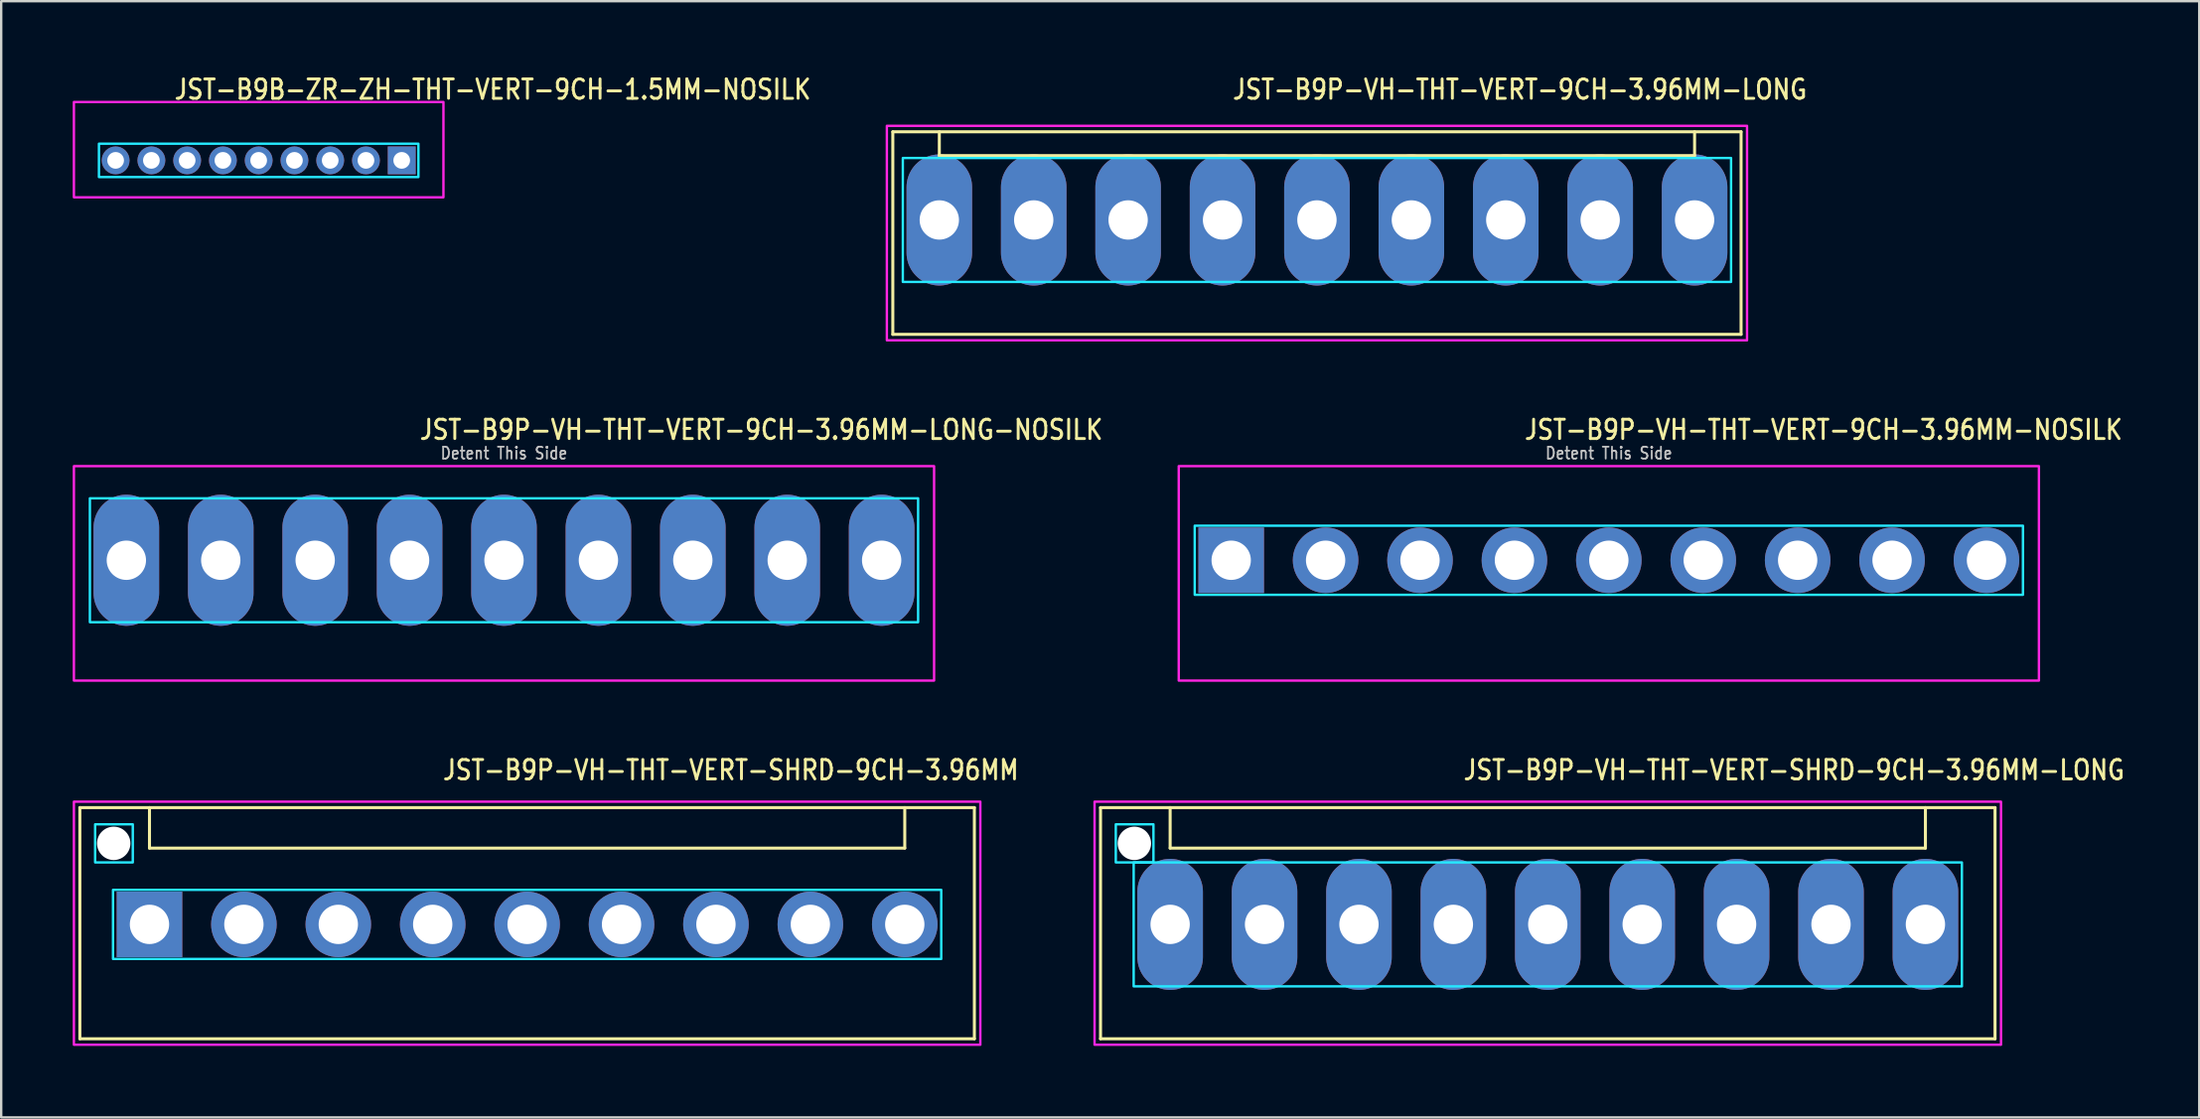
<source format=kicad_pcb>
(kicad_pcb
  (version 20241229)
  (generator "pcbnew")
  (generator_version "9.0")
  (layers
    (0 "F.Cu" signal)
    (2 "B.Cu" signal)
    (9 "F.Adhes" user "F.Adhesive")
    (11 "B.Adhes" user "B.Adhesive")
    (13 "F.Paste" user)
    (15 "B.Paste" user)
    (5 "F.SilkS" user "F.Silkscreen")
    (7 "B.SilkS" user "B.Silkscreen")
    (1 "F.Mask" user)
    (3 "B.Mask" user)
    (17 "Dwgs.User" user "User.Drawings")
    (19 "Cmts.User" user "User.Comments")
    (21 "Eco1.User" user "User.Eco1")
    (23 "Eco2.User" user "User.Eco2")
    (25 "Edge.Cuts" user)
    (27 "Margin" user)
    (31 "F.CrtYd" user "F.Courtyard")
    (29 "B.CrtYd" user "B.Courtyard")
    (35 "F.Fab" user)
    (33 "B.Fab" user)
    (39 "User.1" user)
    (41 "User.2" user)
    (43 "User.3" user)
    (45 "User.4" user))
  (footprint "JST-B9P-VH-THT-VERT-SHRD-9CH-3.96MM"
    (layer "F.Cu")
    (at 19.06 35.736)
    (property "Reference" "JST-B9P-VH-THT-VERT-SHRD-9CH-3.96MM" (at -3.6 -6 0) (unlocked yes) (layer "F.SilkS") (effects (font (size 0.813 0.695) (thickness 0.122)) (justify left bottom)))
    (fp_line (start -18.76 -4.9) (end 18.76 -4.9) (stroke (width 0.127) (type solid)) (layer "F.SilkS"))
    (fp_line (start -18.76 4.8) (end -18.76 -4.9) (stroke (width 0.127) (type solid)) (layer "F.SilkS"))
    (fp_line (start -18.76 4.8) (end 18.76 4.8) (stroke (width 0.127) (type solid)) (layer "F.SilkS"))
    (fp_line (start -15.84 -4.9) (end -15.84 -3.2) (stroke (width 0.127) (type solid)) (layer "F.SilkS"))
    (fp_line (start -15.84 -3.2) (end 15.84 -3.2) (stroke (width 0.127) (type solid)) (layer "F.SilkS"))
    (fp_line (start 15.84 -4.9) (end 15.84 -3.2) (stroke (width 0.127) (type solid)) (layer "F.SilkS"))
    (fp_line (start 18.76 -4.9) (end 18.76 4.8) (stroke (width 0.127) (type solid)) (layer "F.SilkS"))
    (fp_poly (pts (xy -17.37 -1.45) (xy -17.37 1.45) (xy 17.37 1.45) (xy 17.37 -1.45)) (stroke (width 0.1) (type solid)) (fill no) (layer "B.CrtYd"))
    (fp_poly (pts (xy -16.54 -4.2) (xy -16.54 -2.6) (xy -18.12 -2.6) (xy -18.12 -4.2)) (stroke (width 0.1) (type solid)) (fill no) (layer "B.CrtYd"))
    (fp_poly (pts (xy -19.01 -5.15) (xy -19.01 5.05) (xy 19.01 5.05) (xy 19.01 -5.15)) (stroke (width 0.1) (type solid)) (fill no) (layer "F.CrtYd"))
    (pad "" np_thru_hole circle (at -17.34 -3.4) (size 1.4 1.4) (drill 1.4) (layers "*.Cu" "*.Mask"))
    (pad "P$1" thru_hole rect (at -15.84 0) (size 2.75 2.75) (drill 1.65) (layers "*.Cu" "*.Mask"))
    (pad "P$2" thru_hole oval (at -11.88 0) (size 2.75 2.75) (drill 1.65) (layers "*.Cu" "*.Mask"))
    (pad "P$3" thru_hole oval (at -7.92 0) (size 2.75 2.75) (drill 1.65) (layers "*.Cu" "*.Mask"))
    (pad "P$4" thru_hole oval (at -3.96 0) (size 2.75 2.75) (drill 1.65) (layers "*.Cu" "*.Mask"))
    (pad "P$5" thru_hole oval (at 0 0) (size 2.75 2.75) (drill 1.65) (layers "*.Cu" "*.Mask"))
    (pad "P$6" thru_hole oval (at 3.96 0) (size 2.75 2.75) (drill 1.65) (layers "*.Cu" "*.Mask"))
    (pad "P$7" thru_hole oval (at 7.92 0) (size 2.75 2.75) (drill 1.65) (layers "*.Cu" "*.Mask"))
    (pad "P$8" thru_hole oval (at 11.88 0) (size 2.75 2.75) (drill 1.65) (layers "*.Cu" "*.Mask"))
    (pad "P$9" thru_hole oval (at 15.84 0) (size 2.75 2.75) (drill 1.65) (layers "*.Cu" "*.Mask")))
  (footprint "JST-B9P-VH-THT-VERT-9CH-3.96MM-NOSILK"
    (layer "F.Cu")
    (at 64.432 20.457)
    (property "Reference" "JST-B9P-VH-THT-VERT-9CH-3.96MM-NOSILK" (at -3.6 -5 0) (unlocked yes) (layer "F.SilkS") (effects (font (size 0.813 0.695) (thickness 0.122)) (justify left bottom)))
    (fp_poly (pts (xy -17.37 -1.45) (xy -17.37 1.45) (xy 17.37 1.45) (xy 17.37 -1.45)) (stroke (width 0.1) (type solid)) (fill no) (layer "B.CrtYd"))
    (fp_poly (pts (xy -18.04 -3.95) (xy -18.04 5.05) (xy 18.04 5.05) (xy 18.04 -3.95)) (stroke (width 0.1) (type solid)) (fill no) (layer "F.CrtYd"))
    (fp_text user "Detent This Side" (at 0 -4.2 0) (unlocked yes) (layer "Dwgs.User") (effects (font (size 0.5 0.427) (thickness 0.075)) (justify bottom)))
    (pad "P$1" thru_hole rect (at -15.84 0) (size 2.75 2.75) (drill 1.65) (layers "*.Cu" "*.Mask"))
    (pad "P$2" thru_hole oval (at -11.88 0) (size 2.75 2.75) (drill 1.65) (layers "*.Cu" "*.Mask"))
    (pad "P$3" thru_hole oval (at -7.92 0) (size 2.75 2.75) (drill 1.65) (layers "*.Cu" "*.Mask"))
    (pad "P$4" thru_hole oval (at -3.96 0) (size 2.75 2.75) (drill 1.65) (layers "*.Cu" "*.Mask"))
    (pad "P$5" thru_hole oval (at 0 0) (size 2.75 2.75) (drill 1.65) (layers "*.Cu" "*.Mask"))
    (pad "P$6" thru_hole oval (at 3.96 0) (size 2.75 2.75) (drill 1.65) (layers "*.Cu" "*.Mask"))
    (pad "P$7" thru_hole oval (at 7.92 0) (size 2.75 2.75) (drill 1.65) (layers "*.Cu" "*.Mask"))
    (pad "P$8" thru_hole oval (at 11.88 0) (size 2.75 2.75) (drill 1.65) (layers "*.Cu" "*.Mask"))
    (pad "P$9" thru_hole oval (at 15.84 0) (size 2.75 2.75) (drill 1.65) (layers "*.Cu" "*.Mask")))
  (footprint "JST-B9B-ZR-ZH-THT-VERT-9CH-1.5MM-NOSILK"
    (layer "F.Cu")
    (at 7.8 3.679)
    (property "Reference" "JST-B9B-ZR-ZH-THT-VERT-9CH-1.5MM-NOSILK" (at -3.6 -2.5 0) (unlocked yes) (layer "F.SilkS") (effects (font (size 0.813 0.695) (thickness 0.122)) (justify left bottom)))
    (fp_poly (pts (xy -6.7 -0.7) (xy -6.7 0.7) (xy 6.7 0.7) (xy 6.7 -0.7)) (stroke (width 0.1) (type solid)) (fill no) (layer "B.CrtYd"))
    (fp_poly (pts (xy -7.75 -2.45) (xy -7.75 1.55) (xy 7.75 1.55) (xy 7.75 -2.45)) (stroke (width 0.1) (type solid)) (fill no) (layer "F.CrtYd"))
    (pad "P$1" thru_hole rect (at 6 0) (size 1.167 1.167) (drill 0.7) (layers "*.Cu" "*.Mask"))
    (pad "P$2" thru_hole oval (at 4.5 0) (size 1.167 1.167) (drill 0.7) (layers "*.Cu" "*.Mask"))
    (pad "P$3" thru_hole oval (at 3 0) (size 1.167 1.167) (drill 0.7) (layers "*.Cu" "*.Mask"))
    (pad "P$4" thru_hole oval (at 1.5 0) (size 1.167 1.167) (drill 0.7) (layers "*.Cu" "*.Mask"))
    (pad "P$5" thru_hole oval (at 0 0) (size 1.167 1.167) (drill 0.7) (layers "*.Cu" "*.Mask"))
    (pad "P$6" thru_hole oval (at -1.5 0) (size 1.167 1.167) (drill 0.7) (layers "*.Cu" "*.Mask"))
    (pad "P$7" thru_hole oval (at -3 0) (size 1.167 1.167) (drill 0.7) (layers "*.Cu" "*.Mask"))
    (pad "P$8" thru_hole oval (at -4.5 0) (size 1.167 1.167) (drill 0.7) (layers "*.Cu" "*.Mask"))
    (pad "P$9" thru_hole oval (at -6 0) (size 1.167 1.167) (drill 0.7) (layers "*.Cu" "*.Mask")))
  (footprint "JST-B9P-VH-THT-VERT-SHRD-9CH-3.96MM-LONG"
    (layer "F.Cu")
    (at 61.871 35.736)
    (property "Reference" "JST-B9P-VH-THT-VERT-SHRD-9CH-3.96MM-LONG" (at -3.6 -6 0) (unlocked yes) (layer "F.SilkS") (effects (font (size 0.813 0.695) (thickness 0.122)) (justify left bottom)))
    (fp_line (start -18.76 -4.9) (end 18.76 -4.9) (stroke (width 0.127) (type solid)) (layer "F.SilkS"))
    (fp_line (start -18.76 4.8) (end -18.76 -4.9) (stroke (width 0.127) (type solid)) (layer "F.SilkS"))
    (fp_line (start -18.76 4.8) (end 18.76 4.8) (stroke (width 0.127) (type solid)) (layer "F.SilkS"))
    (fp_line (start -15.84 -4.9) (end -15.84 -3.2) (stroke (width 0.127) (type solid)) (layer "F.SilkS"))
    (fp_line (start -15.84 -3.2) (end 15.84 -3.2) (stroke (width 0.127) (type solid)) (layer "F.SilkS"))
    (fp_line (start 15.84 -4.9) (end 15.84 -3.2) (stroke (width 0.127) (type solid)) (layer "F.SilkS"))
    (fp_line (start 18.76 -4.9) (end 18.76 4.8) (stroke (width 0.127) (type solid)) (layer "F.SilkS"))
    (fp_poly (pts (xy -17.37 -2.6) (xy -17.37 2.6) (xy 17.37 2.6) (xy 17.37 -2.6)) (stroke (width 0.1) (type solid)) (fill no) (layer "B.CrtYd"))
    (fp_poly (pts (xy -16.54 -4.2) (xy -16.54 -2.6) (xy -18.12 -2.6) (xy -18.12 -4.2)) (stroke (width 0.1) (type solid)) (fill no) (layer "B.CrtYd"))
    (fp_poly (pts (xy -19.01 -5.15) (xy -19.01 5.05) (xy 19.01 5.05) (xy 19.01 -5.15)) (stroke (width 0.1) (type solid)) (fill no) (layer "F.CrtYd"))
    (pad "" np_thru_hole circle (at -17.34 -3.4) (size 1.4 1.4) (drill 1.4) (layers "*.Cu" "*.Mask"))
    (pad "P$1" thru_hole oval (at -15.84 0 90) (size 5.5 2.75) (drill 1.65) (layers "*.Cu" "*.Mask"))
    (pad "P$2" thru_hole oval (at -11.88 0 90) (size 5.5 2.75) (drill 1.65) (layers "*.Cu" "*.Mask"))
    (pad "P$3" thru_hole oval (at -7.92 0 90) (size 5.5 2.75) (drill 1.65) (layers "*.Cu" "*.Mask"))
    (pad "P$4" thru_hole oval (at -3.96 0 90) (size 5.5 2.75) (drill 1.65) (layers "*.Cu" "*.Mask"))
    (pad "P$5" thru_hole oval (at 0 0 90) (size 5.5 2.75) (drill 1.65) (layers "*.Cu" "*.Mask"))
    (pad "P$6" thru_hole oval (at 3.96 0 90) (size 5.5 2.75) (drill 1.65) (layers "*.Cu" "*.Mask"))
    (pad "P$7" thru_hole oval (at 7.92 0 90) (size 5.5 2.75) (drill 1.65) (layers "*.Cu" "*.Mask"))
    (pad "P$8" thru_hole oval (at 11.88 0 90) (size 5.5 2.75) (drill 1.65) (layers "*.Cu" "*.Mask"))
    (pad "P$9" thru_hole oval (at 15.84 0 90) (size 5.5 2.75) (drill 1.65) (layers "*.Cu" "*.Mask")))
  (footprint "JST-B9P-VH-THT-VERT-9CH-3.96MM-LONG-NOSILK"
    (layer "F.Cu")
    (at 18.09 20.457)
    (property "Reference" "JST-B9P-VH-THT-VERT-9CH-3.96MM-LONG-NOSILK" (at -3.6 -5 0) (unlocked yes) (layer "F.SilkS") (effects (font (size 0.813 0.695) (thickness 0.122)) (justify left bottom)))
    (fp_poly (pts (xy -17.37 -2.6) (xy -17.37 2.6) (xy 17.37 2.6) (xy 17.37 -2.6)) (stroke (width 0.1) (type solid)) (fill no) (layer "B.CrtYd"))
    (fp_poly (pts (xy -18.04 -3.95) (xy -18.04 5.05) (xy 18.04 5.05) (xy 18.04 -3.95)) (stroke (width 0.1) (type solid)) (fill no) (layer "F.CrtYd"))
    (fp_text user "Detent This Side" (at 0 -4.2 0) (unlocked yes) (layer "Dwgs.User") (effects (font (size 0.5 0.427) (thickness 0.075)) (justify bottom)))
    (pad "P$1" thru_hole oval (at -15.84 0 90) (size 5.5 2.75) (drill 1.65) (layers "*.Cu" "*.Mask"))
    (pad "P$2" thru_hole oval (at -11.88 0 90) (size 5.5 2.75) (drill 1.65) (layers "*.Cu" "*.Mask"))
    (pad "P$3" thru_hole oval (at -7.92 0 90) (size 5.5 2.75) (drill 1.65) (layers "*.Cu" "*.Mask"))
    (pad "P$4" thru_hole oval (at -3.96 0 90) (size 5.5 2.75) (drill 1.65) (layers "*.Cu" "*.Mask"))
    (pad "P$5" thru_hole oval (at 0 0 90) (size 5.5 2.75) (drill 1.65) (layers "*.Cu" "*.Mask"))
    (pad "P$6" thru_hole oval (at 3.96 0 90) (size 5.5 2.75) (drill 1.65) (layers "*.Cu" "*.Mask"))
    (pad "P$7" thru_hole oval (at 7.92 0 90) (size 5.5 2.75) (drill 1.65) (layers "*.Cu" "*.Mask"))
    (pad "P$8" thru_hole oval (at 11.88 0 90) (size 5.5 2.75) (drill 1.65) (layers "*.Cu" "*.Mask"))
    (pad "P$9" thru_hole oval (at 15.84 0 90) (size 5.5 2.75) (drill 1.65) (layers "*.Cu" "*.Mask")))
  (footprint "JST-B9P-VH-THT-VERT-9CH-3.96MM-LONG"
    (layer "F.Cu")
    (at 52.189 6.179)
    (property "Reference" "JST-B9P-VH-THT-VERT-9CH-3.96MM-LONG" (at -3.6 -5 0) (unlocked yes) (layer "F.SilkS") (effects (font (size 0.813 0.695) (thickness 0.122)) (justify left bottom)))
    (fp_line (start -17.79 -3.7) (end 17.79 -3.7) (stroke (width 0.127) (type solid)) (layer "F.SilkS"))
    (fp_line (start -17.79 4.8) (end -17.79 -3.7) (stroke (width 0.127) (type solid)) (layer "F.SilkS"))
    (fp_line (start -17.79 4.8) (end 17.79 4.8) (stroke (width 0.127) (type solid)) (layer "F.SilkS"))
    (fp_line (start -15.84 -3.7) (end -15.84 -2.7) (stroke (width 0.127) (type solid)) (layer "F.SilkS"))
    (fp_line (start -15.84 -2.7) (end 15.84 -2.7) (stroke (width 0.127) (type solid)) (layer "F.SilkS"))
    (fp_line (start 15.84 -3.7) (end 15.84 -2.7) (stroke (width 0.127) (type solid)) (layer "F.SilkS"))
    (fp_line (start 17.79 -3.7) (end 17.79 4.8) (stroke (width 0.127) (type solid)) (layer "F.SilkS"))
    (fp_poly (pts (xy -17.37 -2.6) (xy -17.37 2.6) (xy 17.37 2.6) (xy 17.37 -2.6)) (stroke (width 0.1) (type solid)) (fill no) (layer "B.CrtYd"))
    (fp_poly (pts (xy -18.04 -3.95) (xy -18.04 5.05) (xy 18.04 5.05) (xy 18.04 -3.95)) (stroke (width 0.1) (type solid)) (fill no) (layer "F.CrtYd"))
    (pad "P$1" thru_hole oval (at -15.84 0 90) (size 5.5 2.75) (drill 1.65) (layers "*.Cu" "*.Mask"))
    (pad "P$2" thru_hole oval (at -11.88 0 90) (size 5.5 2.75) (drill 1.65) (layers "*.Cu" "*.Mask"))
    (pad "P$3" thru_hole oval (at -7.92 0 90) (size 5.5 2.75) (drill 1.65) (layers "*.Cu" "*.Mask"))
    (pad "P$4" thru_hole oval (at -3.96 0 90) (size 5.5 2.75) (drill 1.65) (layers "*.Cu" "*.Mask"))
    (pad "P$5" thru_hole oval (at 0 0 90) (size 5.5 2.75) (drill 1.65) (layers "*.Cu" "*.Mask"))
    (pad "P$6" thru_hole oval (at 3.96 0 90) (size 5.5 2.75) (drill 1.65) (layers "*.Cu" "*.Mask"))
    (pad "P$7" thru_hole oval (at 7.92 0 90) (size 5.5 2.75) (drill 1.65) (layers "*.Cu" "*.Mask"))
    (pad "P$8" thru_hole oval (at 11.88 0 90) (size 5.5 2.75) (drill 1.65) (layers "*.Cu" "*.Mask"))
    (pad "P$9" thru_hole oval (at 15.84 0 90) (size 5.5 2.75) (drill 1.65) (layers "*.Cu" "*.Mask")))
  (gr_rect
    (start -3 -3)
    (end 89.197 43.836)
    (stroke (width 0.1) (type default))
    (fill no)
    (layer "Edge.Cuts")))
</source>
